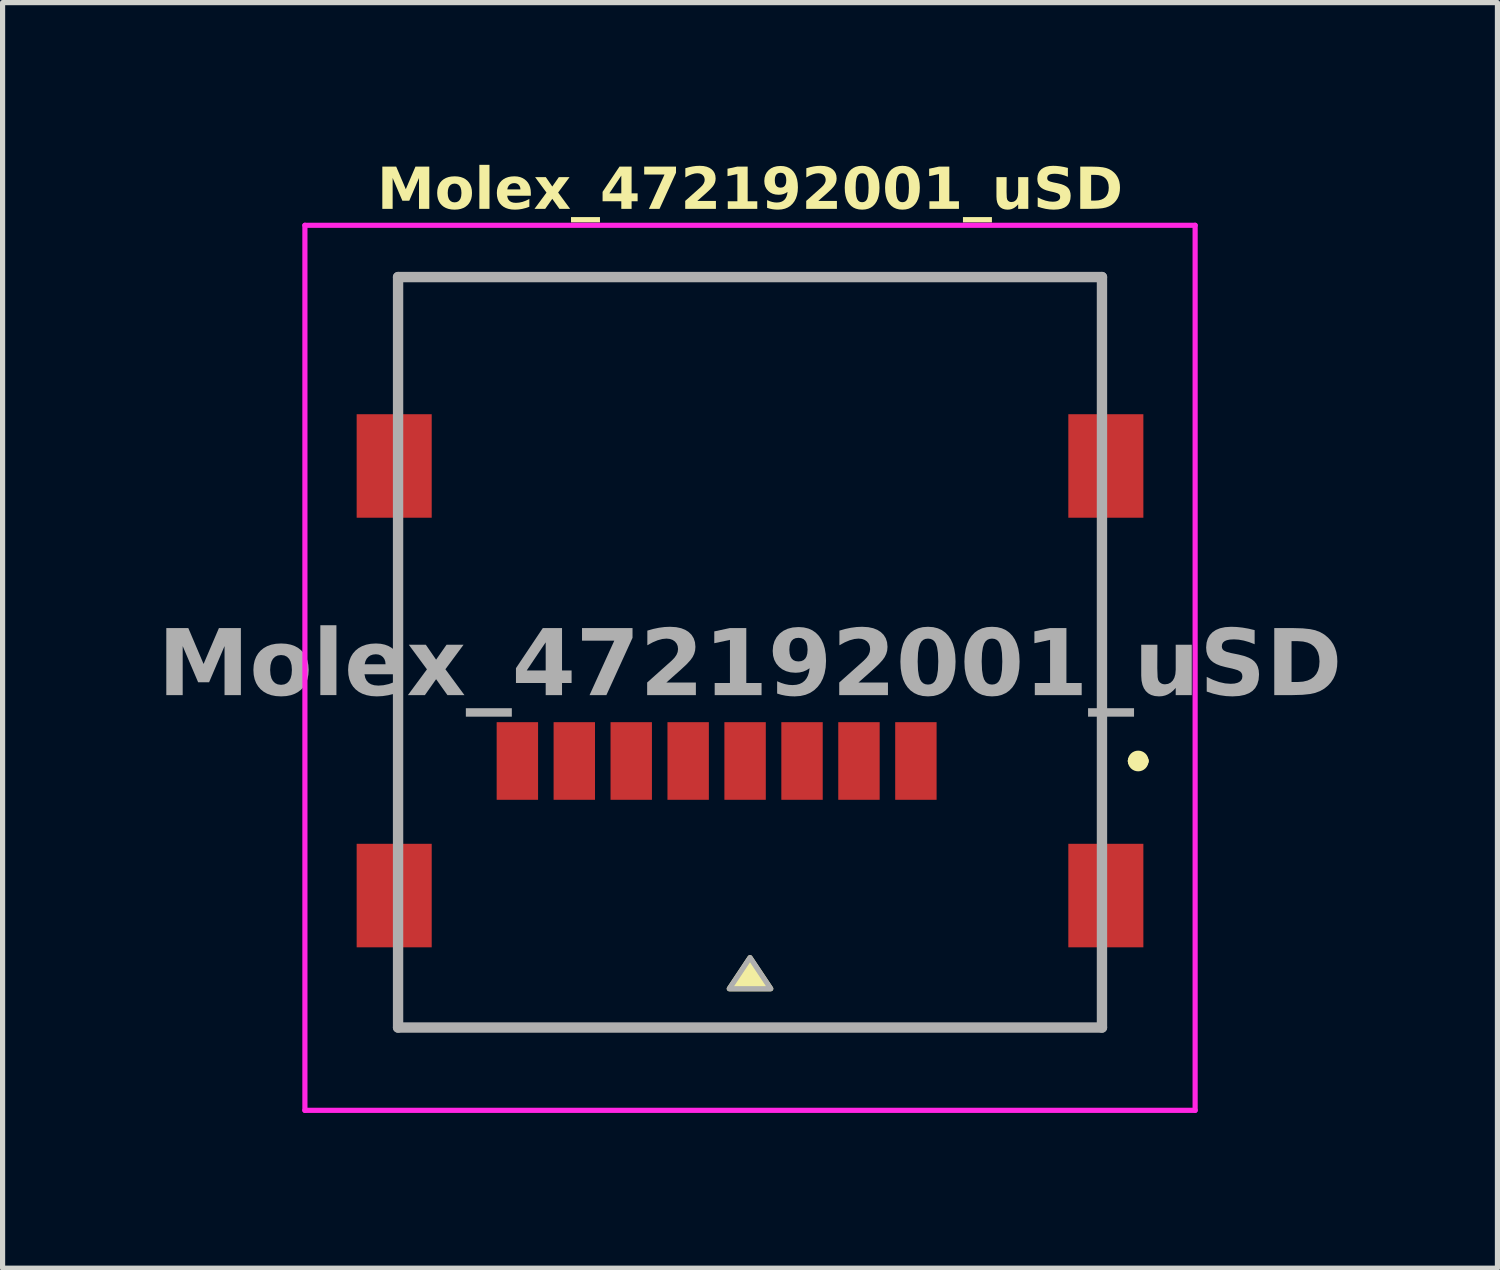
<source format=kicad_pcb>
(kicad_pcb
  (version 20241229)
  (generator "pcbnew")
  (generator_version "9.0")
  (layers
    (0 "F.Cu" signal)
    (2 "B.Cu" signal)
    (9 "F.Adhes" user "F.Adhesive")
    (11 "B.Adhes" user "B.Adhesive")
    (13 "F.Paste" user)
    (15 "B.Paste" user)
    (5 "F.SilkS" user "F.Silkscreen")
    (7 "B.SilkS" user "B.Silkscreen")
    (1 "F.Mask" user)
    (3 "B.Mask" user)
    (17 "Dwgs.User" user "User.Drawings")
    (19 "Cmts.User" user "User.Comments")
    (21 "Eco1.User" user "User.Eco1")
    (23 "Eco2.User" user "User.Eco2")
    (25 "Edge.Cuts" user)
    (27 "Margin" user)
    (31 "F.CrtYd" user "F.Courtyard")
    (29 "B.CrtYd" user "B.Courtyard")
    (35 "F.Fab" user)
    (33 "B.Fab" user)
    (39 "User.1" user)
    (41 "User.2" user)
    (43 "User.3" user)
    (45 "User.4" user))
  (footprint "Molex_472192001_uSD"
    (layer "F.Cu")
    (at 11.441 9.853)
    (property "Reference" "Molex_472192001_uSD" (at 0 -9.2 0) (layer "F.SilkS") (effects (font (face "JetBrains Mono SemiBold") (size 0.8 0.8) (thickness 0.1))))
    (attr smd)
    (fp_line (start -6.8 -7.55) (end 6.8 -7.55) (stroke (width 0.1) (type solid)) (layer "F.SilkS"))
    (fp_line (start -6.8 -6.05) (end -6.8 -7.55) (stroke (width 0.1) (type solid)) (layer "F.SilkS"))
    (fp_line (start -6.8 -6.05) (end -6.8 -5.55) (stroke (width 0.1) (type solid)) (layer "F.SilkS"))
    (fp_line (start -6.8 -2.55) (end -6.8 2.95) (stroke (width 0.1) (type solid)) (layer "F.SilkS"))
    (fp_line (start -6.8 5.95) (end -6.8 6.95) (stroke (width 0.1) (type solid)) (layer "F.SilkS"))
    (fp_line (start -6.8 6.95) (end 6.8 6.95) (stroke (width 0.1) (type solid)) (layer "F.SilkS"))
    (fp_line (start 6.8 -7.55) (end 6.8 -6.05) (stroke (width 0.1) (type solid)) (layer "F.SilkS"))
    (fp_line (start 6.8 -6.05) (end 6.8 -5.55) (stroke (width 0.1) (type solid)) (layer "F.SilkS"))
    (fp_line (start 6.8 -2.55) (end 6.8 2.95) (stroke (width 0.1) (type solid)) (layer "F.SilkS"))
    (fp_line (start 6.8 6.95) (end 6.8 5.95) (stroke (width 0.1) (type solid)) (layer "F.SilkS"))
    (fp_line (start 7.4 1.8) (end 7.4 1.8) (stroke (width 0.2) (type solid)) (layer "F.SilkS"))
    (fp_line (start 7.6 1.8) (end 7.6 1.8) (stroke (width 0.2) (type solid)) (layer "F.SilkS"))
    (fp_arc (start 7.4 1.8) (mid 7.5 1.7) (end 7.6 1.8) (stroke (width 0.2) (type solid)) (layer "F.SilkS"))
    (fp_arc (start 7.6 1.8) (mid 7.5 1.9) (end 7.4 1.8) (stroke (width 0.2) (type solid)) (layer "F.SilkS"))
    (fp_poly (pts (xy -0.4 6.2) (xy 0 5.6) (xy 0.4 6.2)) (stroke (width 0.1) (type solid)) (fill yes) (layer "F.SilkS"))
    (fp_line (start -8.6 -8.55) (end 8.6 -8.55) (stroke (width 0.1) (type solid)) (layer "F.CrtYd"))
    (fp_line (start -8.6 8.55) (end -8.6 -8.55) (stroke (width 0.1) (type solid)) (layer "F.CrtYd"))
    (fp_line (start 8.6 -8.55) (end 8.6 8.55) (stroke (width 0.1) (type solid)) (layer "F.CrtYd"))
    (fp_line (start 8.6 8.55) (end -8.6 8.55) (stroke (width 0.1) (type solid)) (layer "F.CrtYd"))
    (fp_line (start -6.8 -7.55) (end 6.8 -7.55) (stroke (width 0.2) (type solid)) (layer "F.Fab"))
    (fp_line (start -6.8 6.95) (end -6.8 -7.55) (stroke (width 0.2) (type solid)) (layer "F.Fab"))
    (fp_line (start 6.8 -7.55) (end 6.8 6.95) (stroke (width 0.2) (type solid)) (layer "F.Fab"))
    (fp_line (start 6.8 6.95) (end -6.8 6.95) (stroke (width 0.2) (type solid)) (layer "F.Fab"))
    (fp_poly (pts (xy -0.4 6.2) (xy 0 5.6) (xy 0.4 6.2)) (stroke (width 0.1) (type solid)) (fill no) (layer "F.Fab"))
    (fp_text user "${REFERENCE}" (at 0 0 0) (layer "F.Fab") (effects (font (face "JetBrains Mono SemiBold") (size 1.27 1.27) (thickness 0.254))))
    (pad "1" smd rect (at 3.205 1.8) (size 0.8 1.5) (layers "F.Cu" "F.Mask" "F.Paste"))
    (pad "2" smd rect (at 2.105 1.8) (size 0.8 1.5) (layers "F.Cu" "F.Mask" "F.Paste"))
    (pad "3" smd rect (at 1.005 1.8) (size 0.8 1.5) (layers "F.Cu" "F.Mask" "F.Paste"))
    (pad "4" smd rect (at -0.095 1.8) (size 0.8 1.5) (layers "F.Cu" "F.Mask" "F.Paste"))
    (pad "5" smd rect (at -1.195 1.8) (size 0.8 1.5) (layers "F.Cu" "F.Mask" "F.Paste"))
    (pad "6" smd rect (at -2.295 1.8) (size 0.8 1.5) (layers "F.Cu" "F.Mask" "F.Paste"))
    (pad "7" smd rect (at -3.395 1.8) (size 0.8 1.5) (layers "F.Cu" "F.Mask" "F.Paste"))
    (pad "8" smd rect (at -4.495 1.8) (size 0.8 1.5) (layers "F.Cu" "F.Mask" "F.Paste"))
    (pad "9" smd rect (at -6.875 -3.9) (size 1.45 2) (layers "F.Cu" "F.Mask" "F.Paste"))
    (pad "9" smd rect (at -6.875 4.4) (size 1.45 2) (layers "F.Cu" "F.Mask" "F.Paste"))
    (pad "9" smd rect (at 6.875 -3.9) (size 1.45 2) (layers "F.Cu" "F.Mask" "F.Paste"))
    (pad "9" smd rect (at 6.875 4.4) (size 1.45 2) (layers "F.Cu" "F.Mask" "F.Paste")))
  (gr_rect
    (start -3 -3)
    (end 25.882 21.453)
    (stroke (width 0.1) (type default))
    (fill no)
    (layer "Edge.Cuts")))
</source>
